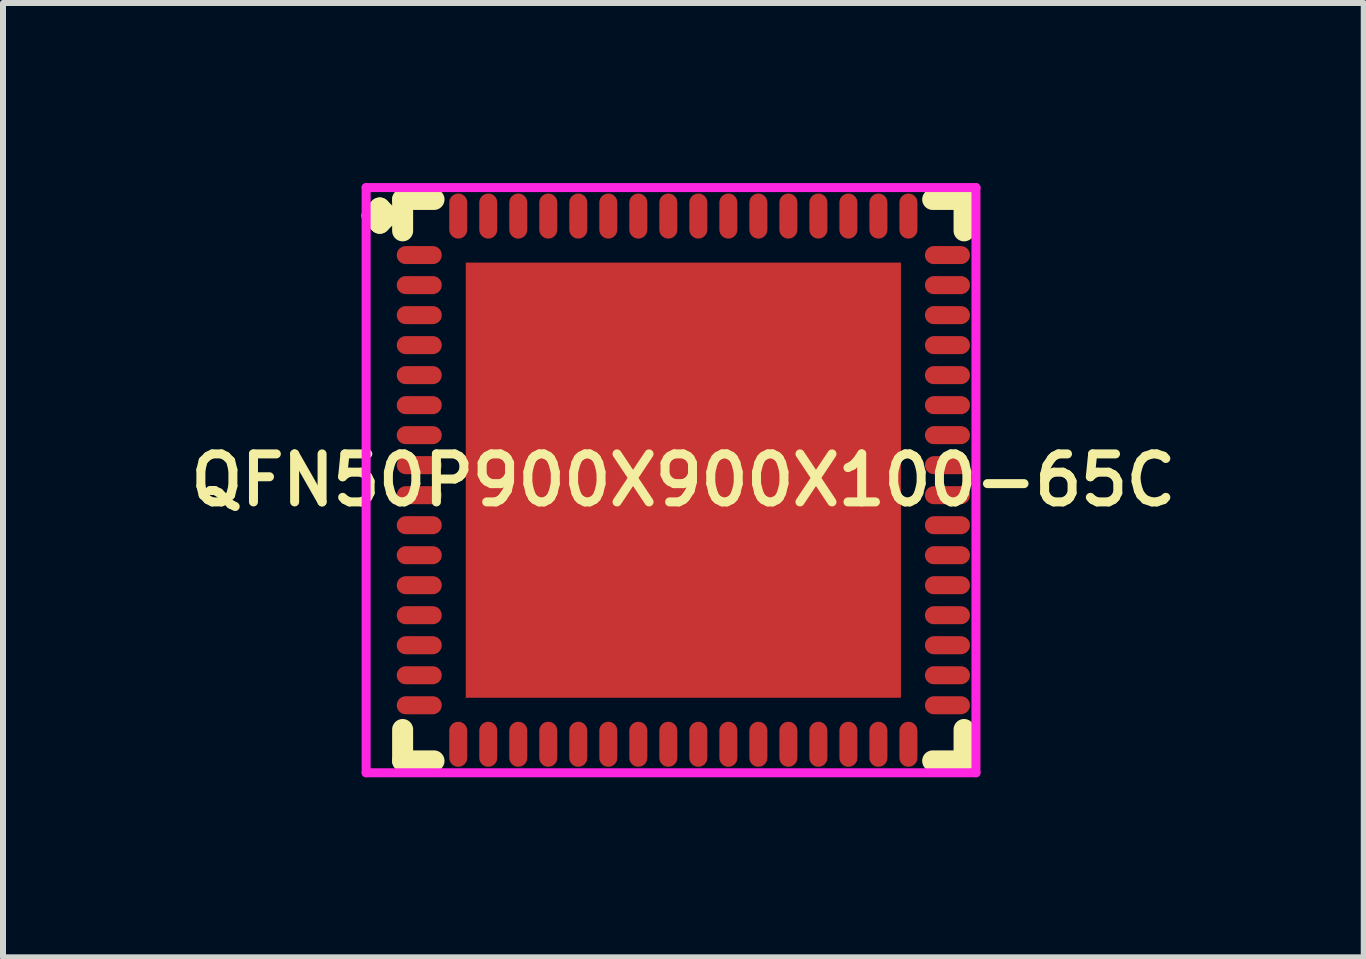
<source format=kicad_pcb>
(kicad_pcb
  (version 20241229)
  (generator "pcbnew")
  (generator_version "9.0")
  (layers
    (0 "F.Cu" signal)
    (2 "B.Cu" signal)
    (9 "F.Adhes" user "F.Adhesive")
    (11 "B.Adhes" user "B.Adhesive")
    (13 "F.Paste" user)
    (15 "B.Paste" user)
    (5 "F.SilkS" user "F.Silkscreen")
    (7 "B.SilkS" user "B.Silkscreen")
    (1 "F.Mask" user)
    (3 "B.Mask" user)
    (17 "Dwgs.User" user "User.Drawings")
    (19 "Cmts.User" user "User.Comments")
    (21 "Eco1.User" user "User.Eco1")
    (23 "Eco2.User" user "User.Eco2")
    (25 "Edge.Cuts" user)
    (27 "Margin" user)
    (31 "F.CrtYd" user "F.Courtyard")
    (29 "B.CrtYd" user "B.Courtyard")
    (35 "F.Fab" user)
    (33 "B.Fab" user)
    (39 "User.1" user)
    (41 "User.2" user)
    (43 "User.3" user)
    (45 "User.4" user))
  (footprint "QFN50P900X900X100-65C"
    (layer "F.Cu")
    (at 8.335 4.95)
    (property "Reference" "QFN50P900X900X100-65C" (at 0 0 0) (layer "F.SilkS") (effects (font (size 0.8 0.8) (thickness 0.15))))
    (attr smd)
    (fp_line (start -5.185 -4.408) (end -5.058 -4.535) (stroke (width 0.35) (type solid)) (layer "F.SilkS"))
    (fp_line (start -5.058 -4.535) (end -4.931 -4.408) (stroke (width 0.35) (type solid)) (layer "F.SilkS"))
    (fp_line (start -5.058 -4.281) (end -5.185 -4.408) (stroke (width 0.35) (type solid)) (layer "F.SilkS"))
    (fp_line (start -4.931 -4.408) (end -5.058 -4.281) (stroke (width 0.35) (type solid)) (layer "F.SilkS"))
    (fp_line (start -4.677 -4.677) (end -4.154 -4.677) (stroke (width 0.35) (type solid)) (layer "F.SilkS"))
    (fp_line (start -4.677 -4.154) (end -4.677 -4.677) (stroke (width 0.35) (type solid)) (layer "F.SilkS"))
    (fp_line (start -4.677 4.154) (end -4.677 4.677) (stroke (width 0.35) (type solid)) (layer "F.SilkS"))
    (fp_line (start -4.677 4.677) (end -4.154 4.677) (stroke (width 0.35) (type solid)) (layer "F.SilkS"))
    (fp_line (start 4.154 -4.677) (end 4.677 -4.677) (stroke (width 0.35) (type solid)) (layer "F.SilkS"))
    (fp_line (start 4.154 4.677) (end 4.677 4.677) (stroke (width 0.35) (type solid)) (layer "F.SilkS"))
    (fp_line (start 4.677 -4.677) (end 4.677 -4.154) (stroke (width 0.35) (type solid)) (layer "F.SilkS"))
    (fp_line (start 4.677 4.677) (end 4.677 4.154) (stroke (width 0.35) (type solid)) (layer "F.SilkS"))
    (fp_line (start -5.285 -4.875) (end 4.875 -4.875) (stroke (width 0.15) (type solid)) (layer "F.CrtYd"))
    (fp_line (start -5.285 4.875) (end -5.285 -4.875) (stroke (width 0.15) (type solid)) (layer "F.CrtYd"))
    (fp_line (start 4.875 -4.875) (end 4.875 4.875) (stroke (width 0.15) (type solid)) (layer "F.CrtYd"))
    (fp_line (start 4.875 4.875) (end -5.285 4.875) (stroke (width 0.15) (type solid)) (layer "F.CrtYd"))
    (pad "1" smd oval (at -4.4 -3.75) (size 0.75 0.3) (layers "F.Cu" "F.Mask" "F.Paste"))
    (pad "2" smd oval (at -4.4 -3.25) (size 0.75 0.3) (layers "F.Cu" "F.Mask" "F.Paste"))
    (pad "3" smd oval (at -4.4 -2.75) (size 0.75 0.3) (layers "F.Cu" "F.Mask" "F.Paste"))
    (pad "4" smd oval (at -4.4 -2.25) (size 0.75 0.3) (layers "F.Cu" "F.Mask" "F.Paste"))
    (pad "5" smd oval (at -4.4 -1.75) (size 0.75 0.3) (layers "F.Cu" "F.Mask" "F.Paste"))
    (pad "6" smd oval (at -4.4 -1.25) (size 0.75 0.3) (layers "F.Cu" "F.Mask" "F.Paste"))
    (pad "7" smd oval (at -4.4 -0.75) (size 0.75 0.3) (layers "F.Cu" "F.Mask" "F.Paste"))
    (pad "8" smd oval (at -4.4 -0.25) (size 0.75 0.3) (layers "F.Cu" "F.Mask" "F.Paste"))
    (pad "9" smd oval (at -4.4 0.25) (size 0.75 0.3) (layers "F.Cu" "F.Mask" "F.Paste"))
    (pad "10" smd oval (at -4.4 0.75) (size 0.75 0.3) (layers "F.Cu" "F.Mask" "F.Paste"))
    (pad "11" smd oval (at -4.4 1.25) (size 0.75 0.3) (layers "F.Cu" "F.Mask" "F.Paste"))
    (pad "12" smd oval (at -4.4 1.75) (size 0.75 0.3) (layers "F.Cu" "F.Mask" "F.Paste"))
    (pad "13" smd oval (at -4.4 2.25) (size 0.75 0.3) (layers "F.Cu" "F.Mask" "F.Paste"))
    (pad "14" smd oval (at -4.4 2.75) (size 0.75 0.3) (layers "F.Cu" "F.Mask" "F.Paste"))
    (pad "15" smd oval (at -4.4 3.25) (size 0.75 0.3) (layers "F.Cu" "F.Mask" "F.Paste"))
    (pad "16" smd oval (at -4.4 3.75) (size 0.75 0.3) (layers "F.Cu" "F.Mask" "F.Paste"))
    (pad "17" smd oval (at -3.75 4.4) (size 0.3 0.75) (layers "F.Cu" "F.Mask" "F.Paste"))
    (pad "18" smd oval (at -3.25 4.4) (size 0.3 0.75) (layers "F.Cu" "F.Mask" "F.Paste"))
    (pad "19" smd oval (at -2.75 4.4) (size 0.3 0.75) (layers "F.Cu" "F.Mask" "F.Paste"))
    (pad "20" smd oval (at -2.25 4.4) (size 0.3 0.75) (layers "F.Cu" "F.Mask" "F.Paste"))
    (pad "21" smd oval (at -1.75 4.4) (size 0.3 0.75) (layers "F.Cu" "F.Mask" "F.Paste"))
    (pad "22" smd oval (at -1.25 4.4) (size 0.3 0.75) (layers "F.Cu" "F.Mask" "F.Paste"))
    (pad "23" smd oval (at -0.75 4.4) (size 0.3 0.75) (layers "F.Cu" "F.Mask" "F.Paste"))
    (pad "24" smd oval (at -0.25 4.4) (size 0.3 0.75) (layers "F.Cu" "F.Mask" "F.Paste"))
    (pad "25" smd oval (at 0.25 4.4) (size 0.3 0.75) (layers "F.Cu" "F.Mask" "F.Paste"))
    (pad "26" smd oval (at 0.75 4.4) (size 0.3 0.75) (layers "F.Cu" "F.Mask" "F.Paste"))
    (pad "27" smd oval (at 1.25 4.4) (size 0.3 0.75) (layers "F.Cu" "F.Mask" "F.Paste"))
    (pad "28" smd oval (at 1.75 4.4) (size 0.3 0.75) (layers "F.Cu" "F.Mask" "F.Paste"))
    (pad "29" smd oval (at 2.25 4.4) (size 0.3 0.75) (layers "F.Cu" "F.Mask" "F.Paste"))
    (pad "30" smd oval (at 2.75 4.4) (size 0.3 0.75) (layers "F.Cu" "F.Mask" "F.Paste"))
    (pad "31" smd oval (at 3.25 4.4) (size 0.3 0.75) (layers "F.Cu" "F.Mask" "F.Paste"))
    (pad "32" smd oval (at 3.75 4.4) (size 0.3 0.75) (layers "F.Cu" "F.Mask" "F.Paste"))
    (pad "33" smd oval (at 4.4 3.75) (size 0.75 0.3) (layers "F.Cu" "F.Mask" "F.Paste"))
    (pad "34" smd oval (at 4.4 3.25) (size 0.75 0.3) (layers "F.Cu" "F.Mask" "F.Paste"))
    (pad "35" smd oval (at 4.4 2.75) (size 0.75 0.3) (layers "F.Cu" "F.Mask" "F.Paste"))
    (pad "36" smd oval (at 4.4 2.25) (size 0.75 0.3) (layers "F.Cu" "F.Mask" "F.Paste"))
    (pad "37" smd oval (at 4.4 1.75) (size 0.75 0.3) (layers "F.Cu" "F.Mask" "F.Paste"))
    (pad "38" smd oval (at 4.4 1.25) (size 0.75 0.3) (layers "F.Cu" "F.Mask" "F.Paste"))
    (pad "39" smd oval (at 4.4 0.75) (size 0.75 0.3) (layers "F.Cu" "F.Mask" "F.Paste"))
    (pad "40" smd oval (at 4.4 0.25) (size 0.75 0.3) (layers "F.Cu" "F.Mask" "F.Paste"))
    (pad "41" smd oval (at 4.4 -0.25) (size 0.75 0.3) (layers "F.Cu" "F.Mask" "F.Paste"))
    (pad "42" smd oval (at 4.4 -0.75) (size 0.75 0.3) (layers "F.Cu" "F.Mask" "F.Paste"))
    (pad "43" smd oval (at 4.4 -1.25) (size 0.75 0.3) (layers "F.Cu" "F.Mask" "F.Paste"))
    (pad "44" smd oval (at 4.4 -1.75) (size 0.75 0.3) (layers "F.Cu" "F.Mask" "F.Paste"))
    (pad "45" smd oval (at 4.4 -2.25) (size 0.75 0.3) (layers "F.Cu" "F.Mask" "F.Paste"))
    (pad "46" smd oval (at 4.4 -2.75) (size 0.75 0.3) (layers "F.Cu" "F.Mask" "F.Paste"))
    (pad "47" smd oval (at 4.4 -3.25) (size 0.75 0.3) (layers "F.Cu" "F.Mask" "F.Paste"))
    (pad "48" smd oval (at 4.4 -3.75) (size 0.75 0.3) (layers "F.Cu" "F.Mask" "F.Paste"))
    (pad "49" smd oval (at 3.75 -4.4) (size 0.3 0.75) (layers "F.Cu" "F.Mask" "F.Paste"))
    (pad "50" smd oval (at 3.25 -4.4) (size 0.3 0.75) (layers "F.Cu" "F.Mask" "F.Paste"))
    (pad "51" smd oval (at 2.75 -4.4) (size 0.3 0.75) (layers "F.Cu" "F.Mask" "F.Paste"))
    (pad "52" smd oval (at 2.25 -4.4) (size 0.3 0.75) (layers "F.Cu" "F.Mask" "F.Paste"))
    (pad "53" smd oval (at 1.75 -4.4) (size 0.3 0.75) (layers "F.Cu" "F.Mask" "F.Paste"))
    (pad "54" smd oval (at 1.25 -4.4) (size 0.3 0.75) (layers "F.Cu" "F.Mask" "F.Paste"))
    (pad "55" smd oval (at 0.75 -4.4) (size 0.3 0.75) (layers "F.Cu" "F.Mask" "F.Paste"))
    (pad "56" smd oval (at 0.25 -4.4) (size 0.3 0.75) (layers "F.Cu" "F.Mask" "F.Paste"))
    (pad "57" smd oval (at -0.25 -4.4) (size 0.3 0.75) (layers "F.Cu" "F.Mask" "F.Paste"))
    (pad "58" smd oval (at -0.75 -4.4) (size 0.3 0.75) (layers "F.Cu" "F.Mask" "F.Paste"))
    (pad "59" smd oval (at -1.25 -4.4) (size 0.3 0.75) (layers "F.Cu" "F.Mask" "F.Paste"))
    (pad "60" smd oval (at -1.75 -4.4) (size 0.3 0.75) (layers "F.Cu" "F.Mask" "F.Paste"))
    (pad "61" smd oval (at -2.25 -4.4) (size 0.3 0.75) (layers "F.Cu" "F.Mask" "F.Paste"))
    (pad "62" smd oval (at -2.75 -4.4) (size 0.3 0.75) (layers "F.Cu" "F.Mask" "F.Paste"))
    (pad "63" smd oval (at -3.25 -4.4) (size 0.3 0.75) (layers "F.Cu" "F.Mask" "F.Paste"))
    (pad "64" smd oval (at -3.75 -4.4) (size 0.3 0.75) (layers "F.Cu" "F.Mask" "F.Paste"))
    (pad "65" smd rect (at 0 0) (size 7.25 7.25) (layers "F.Cu" "F.Mask" "F.Paste")))
  (gr_rect
    (start -3 -3)
    (end 19.671 12.9)
    (stroke (width 0.1) (type default))
    (fill no)
    (layer "Edge.Cuts")))
</source>
